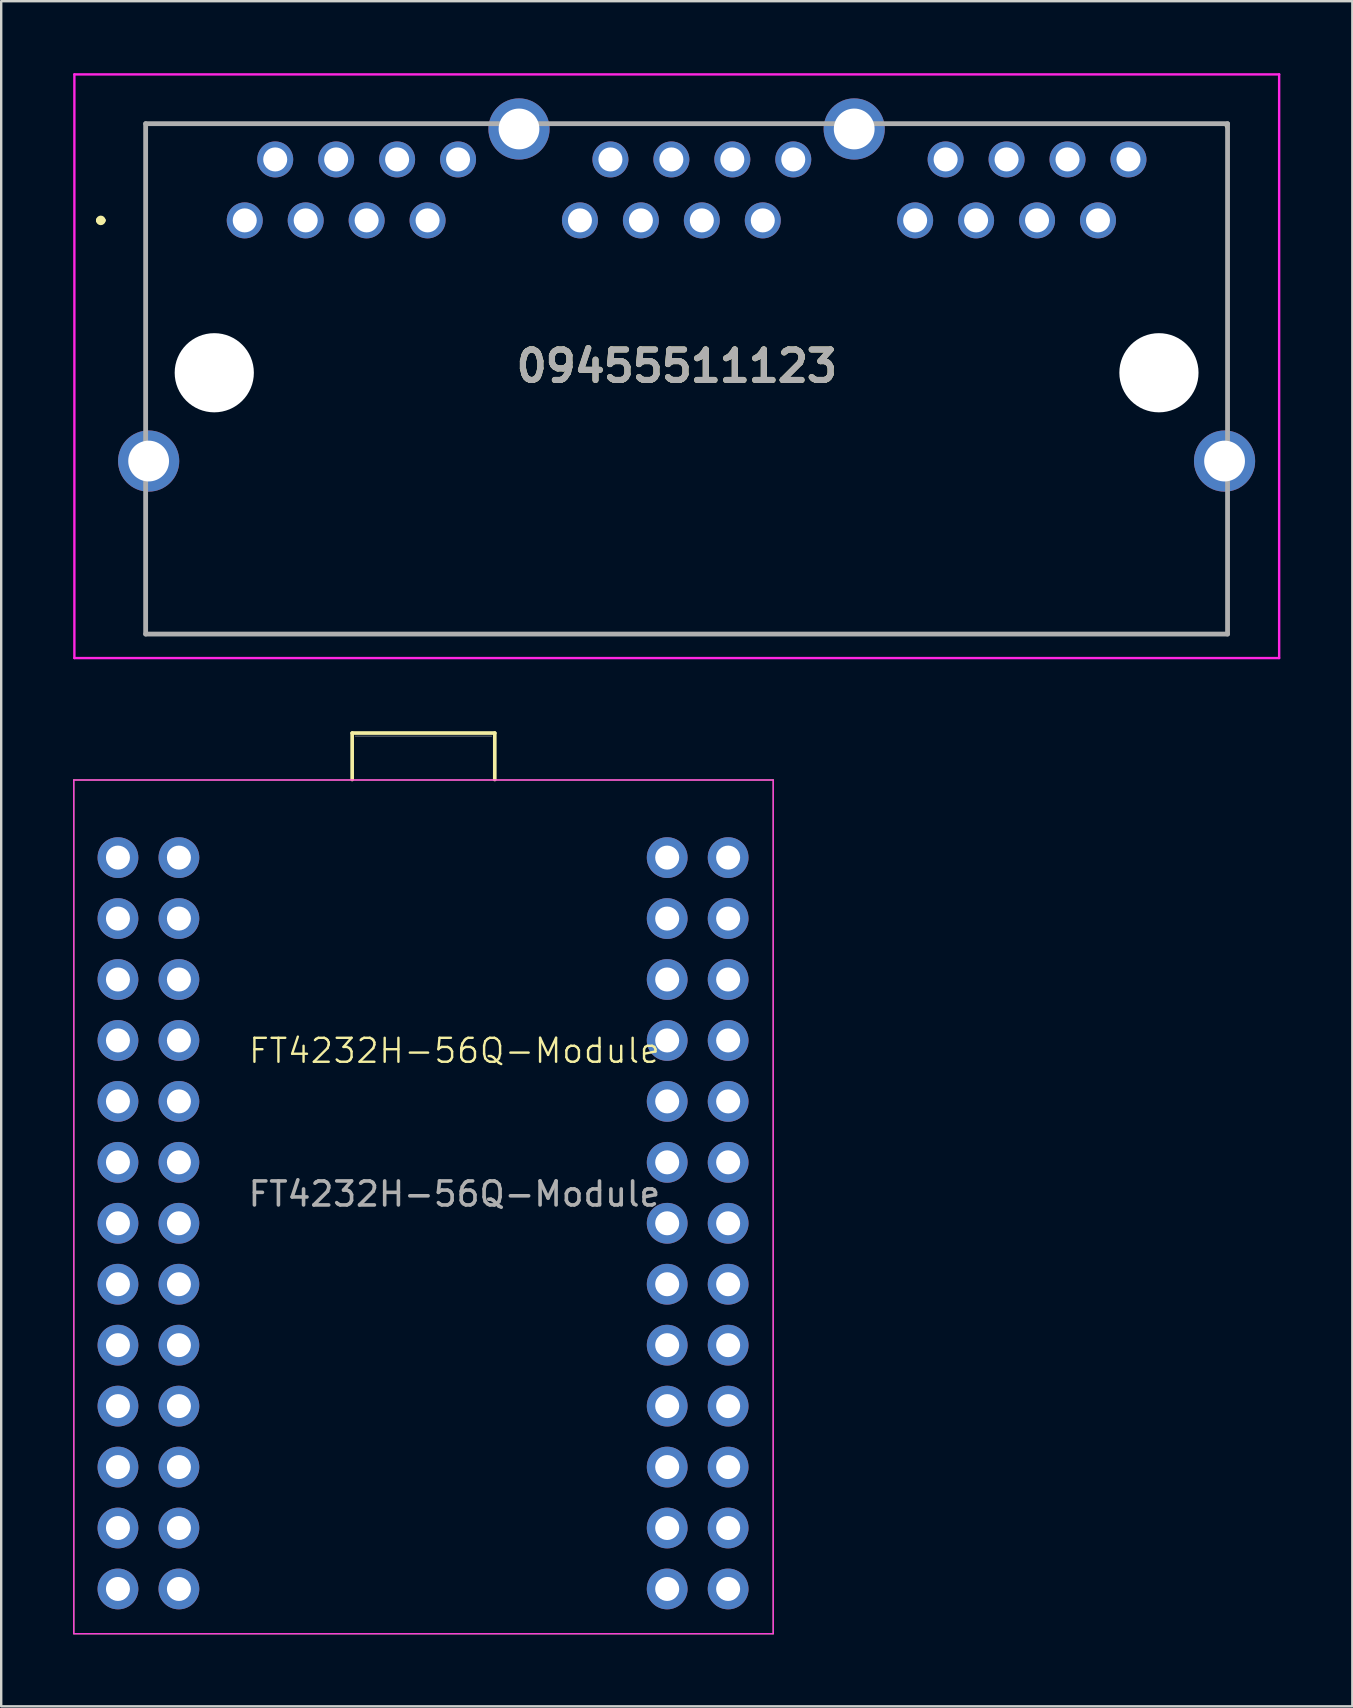
<source format=kicad_pcb>
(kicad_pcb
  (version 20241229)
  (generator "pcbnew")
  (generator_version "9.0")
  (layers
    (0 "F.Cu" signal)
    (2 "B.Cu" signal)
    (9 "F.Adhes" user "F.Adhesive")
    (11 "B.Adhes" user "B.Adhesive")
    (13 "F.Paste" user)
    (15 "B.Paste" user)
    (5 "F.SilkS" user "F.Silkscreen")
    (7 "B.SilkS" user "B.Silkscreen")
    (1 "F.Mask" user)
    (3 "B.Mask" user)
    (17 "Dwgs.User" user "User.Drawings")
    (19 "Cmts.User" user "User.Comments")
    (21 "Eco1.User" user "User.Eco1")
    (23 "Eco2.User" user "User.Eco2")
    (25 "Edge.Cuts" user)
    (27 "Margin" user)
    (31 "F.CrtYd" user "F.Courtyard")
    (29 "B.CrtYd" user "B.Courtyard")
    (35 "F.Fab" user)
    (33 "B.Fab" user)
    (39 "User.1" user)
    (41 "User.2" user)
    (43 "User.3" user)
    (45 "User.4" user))
  (footprint "FT4232H-56Q-Module"
    (layer "F.Cu")
    (at 10.121 41.988)
    (property "Reference" "FT4232H-56Q-Module" (at 5.766 -1.245 0) (unlocked yes) (layer "F.SilkS") (effects (font (size 1 1) (thickness 0.1))))
    (attr through_hole)
    (fp_line (start -10.096 -12.53) (end -10.096 23.05) (stroke (width 0.05) (type default)) (layer "F.SilkS"))
    (fp_line (start -10.096 23.05) (end 19.054 23.05) (stroke (width 0.05) (type default)) (layer "F.SilkS"))
    (fp_line (start 1.506 -14.487) (end 1.506 -12.55) (stroke (width 0.152) (type solid)) (layer "F.SilkS"))
    (fp_line (start 7.45 -14.487) (end 1.506 -14.487) (stroke (width 0.152) (type solid)) (layer "F.SilkS"))
    (fp_line (start 7.45 -12.55) (end 7.45 -14.487) (stroke (width 0.152) (type solid)) (layer "F.SilkS"))
    (fp_line (start 19.054 -12.53) (end -10.096 -12.53) (stroke (width 0.05) (type default)) (layer "F.SilkS"))
    (fp_line (start 19.054 23.05) (end 19.054 -12.53) (stroke (width 0.05) (type default)) (layer "F.SilkS"))
    (fp_rect (start -10.096 -12.53) (end 19.054 23.05) (stroke (width 0.05) (type default)) (fill no) (layer "F.CrtYd"))
    (fp_line (start 7.323 -14.36) (end 1.633 -14.36) (stroke (width 0.025) (type solid)) (layer "F.Fab"))
    (fp_text user "${REFERENCE}" (at 5.766 4.724 0) (unlocked yes) (layer "F.Fab") (effects (font (size 1 1) (thickness 0.15))))
    (pad "CN2-1" thru_hole circle (at -5.715 -9.296) (size 1.7 1.7) (drill 1) (layers "*.Cu" "*.Mask"))
    (pad "CN2-2" thru_hole circle (at -8.255 -9.296) (size 1.7 1.7) (drill 1) (layers "*.Cu" "*.Mask"))
    (pad "CN2-3" thru_hole circle (at -5.715 -6.756) (size 1.7 1.7) (drill 1) (layers "*.Cu" "*.Mask"))
    (pad "CN2-4" thru_hole circle (at -8.255 -6.756) (size 1.7 1.7) (drill 1) (layers "*.Cu" "*.Mask"))
    (pad "CN2-5" thru_hole circle (at -5.715 -4.216) (size 1.7 1.7) (drill 1) (layers "*.Cu" "*.Mask"))
    (pad "CN2-6" thru_hole circle (at -8.255 -4.216) (size 1.7 1.7) (drill 1) (layers "*.Cu" "*.Mask"))
    (pad "CN2-7" thru_hole circle (at -5.715 -1.676) (size 1.7 1.7) (drill 1) (layers "*.Cu" "*.Mask"))
    (pad "CN2-8" thru_hole circle (at -8.255 -1.676) (size 1.7 1.7) (drill 1) (layers "*.Cu" "*.Mask"))
    (pad "CN2-9" thru_hole circle (at -5.715 0.864) (size 1.7 1.7) (drill 1) (layers "*.Cu" "*.Mask"))
    (pad "CN2-10" thru_hole circle (at -8.255 0.864) (size 1.7 1.7) (drill 1) (layers "*.Cu" "*.Mask"))
    (pad "CN2-11" thru_hole circle (at -5.715 3.404) (size 1.7 1.7) (drill 1) (layers "*.Cu" "*.Mask"))
    (pad "CN2-12" thru_hole circle (at -8.255 3.404) (size 1.7 1.7) (drill 1) (layers "*.Cu" "*.Mask"))
    (pad "CN2-13" thru_hole circle (at -5.715 5.944) (size 1.7 1.7) (drill 1) (layers "*.Cu" "*.Mask"))
    (pad "CN2-14" thru_hole circle (at -8.255 5.944) (size 1.7 1.7) (drill 1) (layers "*.Cu" "*.Mask"))
    (pad "CN2-15" thru_hole circle (at -5.715 8.484) (size 1.7 1.7) (drill 1) (layers "*.Cu" "*.Mask"))
    (pad "CN2-16" thru_hole circle (at -8.255 8.484) (size 1.7 1.7) (drill 1) (layers "*.Cu" "*.Mask"))
    (pad "CN2-17" thru_hole circle (at -5.715 11.024) (size 1.7 1.7) (drill 1) (layers "*.Cu" "*.Mask"))
    (pad "CN2-18" thru_hole circle (at -8.255 11.024) (size 1.7 1.7) (drill 1) (layers "*.Cu" "*.Mask"))
    (pad "CN2-19" thru_hole circle (at -5.715 13.564) (size 1.7 1.7) (drill 1) (layers "*.Cu" "*.Mask"))
    (pad "CN2-20" thru_hole circle (at -8.255 13.564) (size 1.7 1.7) (drill 1) (layers "*.Cu" "*.Mask"))
    (pad "CN2-21" thru_hole circle (at -5.715 16.104) (size 1.7 1.7) (drill 1) (layers "*.Cu" "*.Mask"))
    (pad "CN2-22" thru_hole circle (at -8.255 16.104) (size 1.7 1.7) (drill 1) (layers "*.Cu" "*.Mask"))
    (pad "CN2-23" thru_hole circle (at -5.715 18.644) (size 1.7 1.7) (drill 1) (layers "*.Cu" "*.Mask"))
    (pad "CN2-24" thru_hole circle (at -8.255 18.644) (size 1.7 1.7) (drill 1) (layers "*.Cu" "*.Mask"))
    (pad "CN2-25" thru_hole circle (at -5.715 21.184) (size 1.7 1.7) (drill 1) (layers "*.Cu" "*.Mask"))
    (pad "CN2-26" thru_hole circle (at -8.255 21.184) (size 1.7 1.7) (drill 1) (layers "*.Cu" "*.Mask"))
    (pad "CN3-1" thru_hole circle (at 17.175 -9.296) (size 1.7 1.7) (drill 1) (layers "*.Cu" "*.Mask"))
    (pad "CN3-2" thru_hole circle (at 14.635 -9.296) (size 1.7 1.7) (drill 1) (layers "*.Cu" "*.Mask"))
    (pad "CN3-3" thru_hole circle (at 17.175 -6.756) (size 1.7 1.7) (drill 1) (layers "*.Cu" "*.Mask"))
    (pad "CN3-4" thru_hole circle (at 14.635 -6.756) (size 1.7 1.7) (drill 1) (layers "*.Cu" "*.Mask"))
    (pad "CN3-5" thru_hole circle (at 17.175 -4.216) (size 1.7 1.7) (drill 1) (layers "*.Cu" "*.Mask"))
    (pad "CN3-6" thru_hole circle (at 14.635 -4.216) (size 1.7 1.7) (drill 1) (layers "*.Cu" "*.Mask"))
    (pad "CN3-7" thru_hole circle (at 17.175 -1.676) (size 1.7 1.7) (drill 1) (layers "*.Cu" "*.Mask"))
    (pad "CN3-8" thru_hole circle (at 14.635 -1.676) (size 1.7 1.7) (drill 1) (layers "*.Cu" "*.Mask"))
    (pad "CN3-9" thru_hole circle (at 17.175 0.864) (size 1.7 1.7) (drill 1) (layers "*.Cu" "*.Mask"))
    (pad "CN3-10" thru_hole circle (at 14.635 0.864) (size 1.7 1.7) (drill 1) (layers "*.Cu" "*.Mask"))
    (pad "CN3-11" thru_hole circle (at 17.175 3.404) (size 1.7 1.7) (drill 1) (layers "*.Cu" "*.Mask"))
    (pad "CN3-12" thru_hole circle (at 14.635 3.404) (size 1.7 1.7) (drill 1) (layers "*.Cu" "*.Mask"))
    (pad "CN3-13" thru_hole circle (at 17.175 5.944) (size 1.7 1.7) (drill 1) (layers "*.Cu" "*.Mask"))
    (pad "CN3-14" thru_hole circle (at 14.635 5.944) (size 1.7 1.7) (drill 1) (layers "*.Cu" "*.Mask"))
    (pad "CN3-15" thru_hole circle (at 17.175 8.484) (size 1.7 1.7) (drill 1) (layers "*.Cu" "*.Mask"))
    (pad "CN3-16" thru_hole circle (at 14.635 8.484) (size 1.7 1.7) (drill 1) (layers "*.Cu" "*.Mask"))
    (pad "CN3-17" thru_hole circle (at 17.175 11.024) (size 1.7 1.7) (drill 1) (layers "*.Cu" "*.Mask"))
    (pad "CN3-18" thru_hole circle (at 14.635 11.024) (size 1.7 1.7) (drill 1) (layers "*.Cu" "*.Mask"))
    (pad "CN3-19" thru_hole circle (at 17.175 13.564) (size 1.7 1.7) (drill 1) (layers "*.Cu" "*.Mask"))
    (pad "CN3-20" thru_hole circle (at 14.635 13.564) (size 1.7 1.7) (drill 1) (layers "*.Cu" "*.Mask"))
    (pad "CN3-21" thru_hole circle (at 17.175 16.104) (size 1.7 1.7) (drill 1) (layers "*.Cu" "*.Mask"))
    (pad "CN3-22" thru_hole circle (at 14.635 16.104) (size 1.7 1.7) (drill 1) (layers "*.Cu" "*.Mask"))
    (pad "CN3-23" thru_hole circle (at 17.175 18.644) (size 1.7 1.7) (drill 1) (layers "*.Cu" "*.Mask"))
    (pad "CN3-24" thru_hole circle (at 14.635 18.644) (size 1.7 1.7) (drill 1) (layers "*.Cu" "*.Mask"))
    (pad "CN3-25" thru_hole circle (at 17.175 21.184) (size 1.7 1.7) (drill 1) (layers "*.Cu" "*.Mask"))
    (pad "CN3-26" thru_hole circle (at 14.635 21.184) (size 1.7 1.7) (drill 1) (layers "*.Cu" "*.Mask")))
  (footprint "09455511123"
    (layer "F.Cu")
    (at 7.15 6.135)
    (property "Reference" "09455511123" (at 18.005 6.077 0) (layer "F.SilkS") (effects (font (size 1.27 1.27) (thickness 0.254))))
    (attr through_hole)
    (fp_line (start -6.1 0) (end -6.1 0) (stroke (width 0.2) (type solid)) (layer "F.SilkS"))
    (fp_line (start -5.9 0) (end -5.9 0) (stroke (width 0.2) (type solid)) (layer "F.SilkS"))
    (fp_line (start -4.13 -4.03) (end 9.1 -4.03) (stroke (width 0.1) (type solid)) (layer "F.SilkS"))
    (fp_line (start -4.13 7.35) (end -4.13 -4.03) (stroke (width 0.1) (type solid)) (layer "F.SilkS"))
    (fp_line (start -4.13 12.35) (end -4.13 17.24) (stroke (width 0.1) (type solid)) (layer "F.SilkS"))
    (fp_line (start -4.13 17.24) (end 40.96 17.24) (stroke (width 0.1) (type solid)) (layer "F.SilkS"))
    (fp_line (start 27.1 -4.03) (end 40.835 -4.03) (stroke (width 0.1) (type solid)) (layer "F.SilkS"))
    (fp_line (start 40.835 -4.03) (end 40.96 -3.81) (stroke (width 0.1) (type solid)) (layer "F.SilkS"))
    (fp_line (start 40.96 -3.81) (end 40.96 6.35) (stroke (width 0.1) (type solid)) (layer "F.SilkS"))
    (fp_line (start 40.96 17.24) (end 40.96 12.35) (stroke (width 0.1) (type solid)) (layer "F.SilkS"))
    (fp_arc (start -6.1 0) (mid -6 -0.1) (end -5.9 0) (stroke (width 0.2) (type solid)) (layer "F.SilkS"))
    (fp_arc (start -5.9 0) (mid -6 0.1) (end -6.1 0) (stroke (width 0.2) (type solid)) (layer "F.SilkS"))
    (fp_line (start -7.1 -6.085) (end 43.11 -6.085) (stroke (width 0.1) (type solid)) (layer "F.CrtYd"))
    (fp_line (start -7.1 18.24) (end -7.1 -6.085) (stroke (width 0.1) (type solid)) (layer "F.CrtYd"))
    (fp_line (start 43.11 -6.085) (end 43.11 18.24) (stroke (width 0.1) (type solid)) (layer "F.CrtYd"))
    (fp_line (start 43.11 18.24) (end -7.1 18.24) (stroke (width 0.1) (type solid)) (layer "F.CrtYd"))
    (fp_line (start -4.13 -4.03) (end 40.96 -4.03) (stroke (width 0.2) (type solid)) (layer "F.Fab"))
    (fp_line (start -4.13 17.24) (end -4.13 -4.03) (stroke (width 0.2) (type solid)) (layer "F.Fab"))
    (fp_line (start 40.96 -4.03) (end 40.96 17.24) (stroke (width 0.2) (type solid)) (layer "F.Fab"))
    (fp_line (start 40.96 17.24) (end -4.13 17.24) (stroke (width 0.2) (type solid)) (layer "F.Fab"))
    (fp_text user "${REFERENCE}" (at 18.005 6.077 0) (layer "F.Fab") (effects (font (size 1.27 1.27) (thickness 0.254))))
    (pad "" np_thru_hole circle (at -1.27 6.35) (size 3.3 3.3) (drill 3.3) (layers "*.Cu" "*.Mask"))
    (pad "" np_thru_hole circle (at 38.1 6.35) (size 3.3 3.3) (drill 3.3) (layers "*.Cu" "*.Mask"))
    (pad "A1" thru_hole circle (at 0 0) (size 1.5 1.5) (drill 1) (layers "*.Cu" "*.Mask"))
    (pad "A2" thru_hole circle (at 1.27 -2.54) (size 1.5 1.5) (drill 1) (layers "*.Cu" "*.Mask"))
    (pad "A3" thru_hole circle (at 2.54 0) (size 1.5 1.5) (drill 1) (layers "*.Cu" "*.Mask"))
    (pad "A4" thru_hole circle (at 3.81 -2.54) (size 1.5 1.5) (drill 1) (layers "*.Cu" "*.Mask"))
    (pad "A5" thru_hole circle (at 5.08 0) (size 1.5 1.5) (drill 1) (layers "*.Cu" "*.Mask"))
    (pad "A6" thru_hole circle (at 6.35 -2.54) (size 1.5 1.5) (drill 1) (layers "*.Cu" "*.Mask"))
    (pad "A7" thru_hole circle (at 7.62 0) (size 1.5 1.5) (drill 1) (layers "*.Cu" "*.Mask"))
    (pad "A8" thru_hole circle (at 8.89 -2.54) (size 1.5 1.5) (drill 1) (layers "*.Cu" "*.Mask"))
    (pad "B1" thru_hole circle (at 13.97 0) (size 1.5 1.5) (drill 1) (layers "*.Cu" "*.Mask"))
    (pad "B2" thru_hole circle (at 15.24 -2.54) (size 1.5 1.5) (drill 1) (layers "*.Cu" "*.Mask"))
    (pad "B3" thru_hole circle (at 16.51 0) (size 1.5 1.5) (drill 1) (layers "*.Cu" "*.Mask"))
    (pad "B4" thru_hole circle (at 17.78 -2.54) (size 1.5 1.5) (drill 1) (layers "*.Cu" "*.Mask"))
    (pad "B5" thru_hole circle (at 19.05 0) (size 1.5 1.5) (drill 1) (layers "*.Cu" "*.Mask"))
    (pad "B6" thru_hole circle (at 20.32 -2.54) (size 1.5 1.5) (drill 1) (layers "*.Cu" "*.Mask"))
    (pad "B7" thru_hole circle (at 21.59 0) (size 1.5 1.5) (drill 1) (layers "*.Cu" "*.Mask"))
    (pad "B8" thru_hole circle (at 22.86 -2.54) (size 1.5 1.5) (drill 1) (layers "*.Cu" "*.Mask"))
    (pad "C1" thru_hole circle (at 27.94 0) (size 1.5 1.5) (drill 1) (layers "*.Cu" "*.Mask"))
    (pad "C2" thru_hole circle (at 29.21 -2.54) (size 1.5 1.5) (drill 1) (layers "*.Cu" "*.Mask"))
    (pad "C3" thru_hole circle (at 30.48 0) (size 1.5 1.5) (drill 1) (layers "*.Cu" "*.Mask"))
    (pad "C4" thru_hole circle (at 31.75 -2.54) (size 1.5 1.5) (drill 1) (layers "*.Cu" "*.Mask"))
    (pad "C5" thru_hole circle (at 33.02 0) (size 1.5 1.5) (drill 1) (layers "*.Cu" "*.Mask"))
    (pad "C6" thru_hole circle (at 34.29 -2.54) (size 1.5 1.5) (drill 1) (layers "*.Cu" "*.Mask"))
    (pad "C7" thru_hole circle (at 35.56 0) (size 1.5 1.5) (drill 1) (layers "*.Cu" "*.Mask"))
    (pad "C8" thru_hole circle (at 36.83 -2.54) (size 1.5 1.5) (drill 1) (layers "*.Cu" "*.Mask"))
    (pad "MH3" thru_hole circle (at -4.005 10.03) (size 2.55 2.55) (drill 1.7) (layers "*.Cu" "*.Mask"))
    (pad "MH4" thru_hole circle (at 40.835 10.03) (size 2.55 2.55) (drill 1.7) (layers "*.Cu" "*.Mask"))
    (pad "MH5" thru_hole circle (at 11.43 -3.81) (size 2.55 2.55) (drill 1.7) (layers "*.Cu" "*.Mask"))
    (pad "MH6" thru_hole circle (at 25.4 -3.81) (size 2.55 2.55) (drill 1.7) (layers "*.Cu" "*.Mask")))
  (gr_rect
    (start -3 -3)
    (end 53.31 68.063)
    (stroke (width 0.1) (type default))
    (fill no)
    (layer "Edge.Cuts")))
</source>
